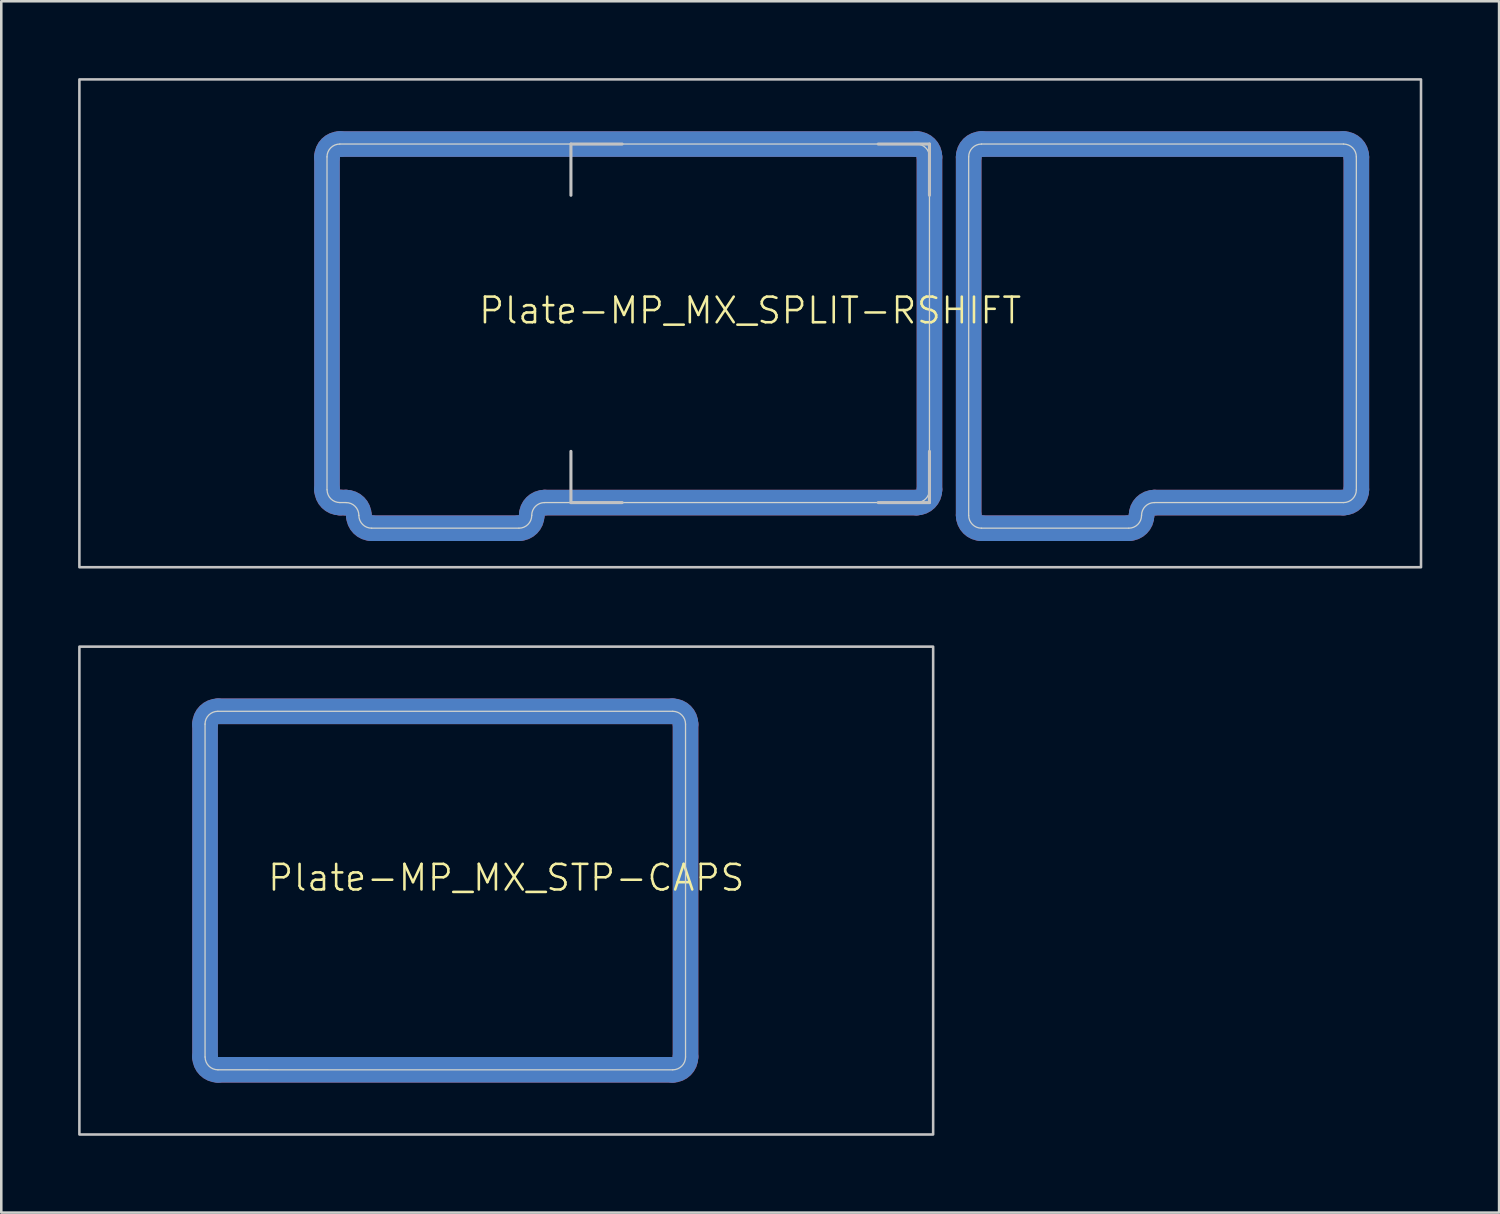
<source format=kicad_pcb>
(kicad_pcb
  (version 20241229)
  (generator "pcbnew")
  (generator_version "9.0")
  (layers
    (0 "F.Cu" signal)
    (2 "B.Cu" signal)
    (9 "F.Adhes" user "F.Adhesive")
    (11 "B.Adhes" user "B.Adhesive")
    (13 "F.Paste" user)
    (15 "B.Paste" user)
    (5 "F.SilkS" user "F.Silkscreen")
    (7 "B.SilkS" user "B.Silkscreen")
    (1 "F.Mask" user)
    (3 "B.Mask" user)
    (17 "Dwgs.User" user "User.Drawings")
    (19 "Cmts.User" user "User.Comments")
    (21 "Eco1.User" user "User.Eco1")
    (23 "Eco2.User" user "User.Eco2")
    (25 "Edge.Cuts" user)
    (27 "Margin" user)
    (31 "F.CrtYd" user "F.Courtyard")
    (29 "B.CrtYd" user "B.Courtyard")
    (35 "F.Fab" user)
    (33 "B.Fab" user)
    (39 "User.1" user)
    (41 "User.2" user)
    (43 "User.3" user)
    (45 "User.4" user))
  (footprint "Plate-MP_MX_SPLIT-RSHIFT"
    (layer "F.Cu")
    (at 26.244 9.575)
    (property "Reference" "Plate-MP_MX_SPLIT-RSHIFT" (at 0 -0.5 0) (unlocked yes) (layer "F.SilkS") (effects (font (size 1 1) (thickness 0.1))))
    (attr exclude_from_pos_files exclude_from_bom allow_missing_courtyard)
    (fp_line (start -16.525 -6.5) (end -16.525 6.5) (stroke (width 1) (type solid)) (layer "F.Cu"))
    (fp_line (start -15.781 7) (end -16.022 6.999) (stroke (width 1) (type default)) (layer "F.Cu"))
    (fp_line (start -14.781 8) (end -9.031 8) (stroke (width 1) (type solid)) (layer "F.Cu"))
    (fp_line (start -8.031 7) (end 6.5 7) (stroke (width 1) (type default)) (layer "F.Cu"))
    (fp_line (start 6.5 -7) (end -16.025 -7) (stroke (width 1) (type solid)) (layer "F.Cu"))
    (fp_line (start 7 6.5) (end 7 -6.5) (stroke (width 1) (type solid)) (layer "F.Cu"))
    (fp_line (start 8.531 -6.5) (end 8.531 7.5) (stroke (width 1) (type solid)) (layer "F.Cu"))
    (fp_line (start 9.031 8) (end 14.781 8) (stroke (width 1) (type solid)) (layer "F.Cu"))
    (fp_line (start 15.781 7) (end 23.169 7) (stroke (width 1) (type default)) (layer "F.Cu"))
    (fp_line (start 23.169 -7) (end 9.031 -7) (stroke (width 1) (type solid)) (layer "F.Cu"))
    (fp_line (start 23.669 6.5) (end 23.669 -6.5) (stroke (width 1) (type solid)) (layer "F.Cu"))
    (fp_arc (start -16.525 -6.5) (mid -16.378553 -6.853553) (end -16.025 -7) (stroke (width 1) (type solid)) (layer "F.Cu"))
    (fp_arc (start -16.022236 6.998884) (mid -16.375789 6.852437) (end -16.522236 6.498884) (stroke (width 1) (type solid)) (layer "F.Cu"))
    (fp_arc (start -15.78125 7.000001) (mid -15.427687 7.146438) (end -15.28125 7.500001) (stroke (width 1) (type solid)) (layer "F.Cu"))
    (fp_arc (start -14.78125 8.000001) (mid -15.134803 7.853554) (end -15.28125 7.500001) (stroke (width 1) (type solid)) (layer "F.Cu"))
    (fp_arc (start -8.53125 7.500001) (mid -8.677697 7.853554) (end -9.03125 8.000001) (stroke (width 1) (type solid)) (layer "F.Cu"))
    (fp_arc (start -8.53125 7.500001) (mid -8.384813 7.146438) (end -8.03125 7.000001) (stroke (width 1) (type solid)) (layer "F.Cu"))
    (fp_arc (start 6.5 -7) (mid 6.853554 -6.853554) (end 7 -6.5) (stroke (width 1) (type solid)) (layer "F.Cu"))
    (fp_arc (start 7 6.5) (mid 6.853554 6.853554) (end 6.5 7) (stroke (width 1) (type solid)) (layer "F.Cu"))
    (fp_arc (start 8.53125 -6.5) (mid 8.677693 -6.853572) (end 9.03125 -7) (stroke (width 1) (type solid)) (layer "F.Cu"))
    (fp_arc (start 9.03125 8.000001) (mid 8.677697 7.853554) (end 8.53125 7.500001) (stroke (width 1) (type solid)) (layer "F.Cu"))
    (fp_arc (start 15.28125 7.500001) (mid 15.134803 7.853554) (end 14.78125 8.000001) (stroke (width 1) (type solid)) (layer "F.Cu"))
    (fp_arc (start 15.28125 7.500001) (mid 15.427687 7.146438) (end 15.78125 7.000001) (stroke (width 1) (type solid)) (layer "F.Cu"))
    (fp_arc (start 23.16875 -7) (mid 23.522303 -6.853553) (end 23.66875 -6.5) (stroke (width 1) (type solid)) (layer "F.Cu"))
    (fp_arc (start 23.66875 6.5) (mid 23.522303 6.853553) (end 23.16875 7) (stroke (width 1) (type solid)) (layer "F.Cu"))
    (fp_line (start -16.525 -6.5) (end -16.525 6.5) (stroke (width 1.1) (type solid)) (layer "F.Mask"))
    (fp_line (start -15.781 7) (end -16.022 6.999) (stroke (width 1.1) (type default)) (layer "F.Mask"))
    (fp_line (start -14.781 8) (end -9.031 8) (stroke (width 1.1) (type solid)) (layer "F.Mask"))
    (fp_line (start -8.031 7) (end 6.5 7) (stroke (width 1.1) (type default)) (layer "F.Mask"))
    (fp_line (start 6.5 -7) (end -16.025 -7) (stroke (width 1.1) (type solid)) (layer "F.Mask"))
    (fp_line (start 7 6.5) (end 7 -6.5) (stroke (width 1.1) (type solid)) (layer "F.Mask"))
    (fp_line (start 8.531 -6.5) (end 8.531 7.5) (stroke (width 1.1) (type solid)) (layer "F.Mask"))
    (fp_line (start 9.031 8) (end 14.781 8) (stroke (width 1.1) (type solid)) (layer "F.Mask"))
    (fp_line (start 15.781 7) (end 23.169 7) (stroke (width 1.1) (type default)) (layer "F.Mask"))
    (fp_line (start 23.169 -7) (end 9.031 -7) (stroke (width 1.1) (type solid)) (layer "F.Mask"))
    (fp_line (start 23.669 6.5) (end 23.669 -6.5) (stroke (width 1.1) (type solid)) (layer "F.Mask"))
    (fp_arc (start -16.525 -6.5) (mid -16.378553 -6.853553) (end -16.025 -7) (stroke (width 1.1) (type solid)) (layer "F.Mask"))
    (fp_arc (start -16.022236 6.998884) (mid -16.375789 6.852437) (end -16.522236 6.498884) (stroke (width 1.1) (type solid)) (layer "F.Mask"))
    (fp_arc (start -15.78125 7.000001) (mid -15.427687 7.146438) (end -15.28125 7.500001) (stroke (width 1.1) (type solid)) (layer "F.Mask"))
    (fp_arc (start -14.78125 8.000001) (mid -15.134803 7.853554) (end -15.28125 7.500001) (stroke (width 1.1) (type solid)) (layer "F.Mask"))
    (fp_arc (start -8.53125 7.500001) (mid -8.677697 7.853554) (end -9.03125 8.000001) (stroke (width 1.1) (type solid)) (layer "F.Mask"))
    (fp_arc (start -8.53125 7.500001) (mid -8.384813 7.146438) (end -8.03125 7.000001) (stroke (width 1.1) (type solid)) (layer "F.Mask"))
    (fp_arc (start 6.5 -7) (mid 6.853554 -6.853554) (end 7 -6.5) (stroke (width 1.1) (type solid)) (layer "F.Mask"))
    (fp_arc (start 7 6.5) (mid 6.853554 6.853554) (end 6.5 7) (stroke (width 1.1) (type solid)) (layer "F.Mask"))
    (fp_arc (start 8.53125 -6.5) (mid 8.677693 -6.853572) (end 9.03125 -7) (stroke (width 1.1) (type solid)) (layer "F.Mask"))
    (fp_arc (start 9.03125 8.000001) (mid 8.677697 7.853554) (end 8.53125 7.500001) (stroke (width 1.1) (type solid)) (layer "F.Mask"))
    (fp_arc (start 15.28125 7.500001) (mid 15.134803 7.853554) (end 14.78125 8.000001) (stroke (width 1.1) (type solid)) (layer "F.Mask"))
    (fp_arc (start 15.28125 7.500001) (mid 15.427687 7.146438) (end 15.78125 7.000001) (stroke (width 1.1) (type solid)) (layer "F.Mask"))
    (fp_arc (start 23.16875 -7) (mid 23.522303 -6.853553) (end 23.66875 -6.5) (stroke (width 1.1) (type solid)) (layer "F.Mask"))
    (fp_arc (start 23.66875 6.5) (mid 23.522303 6.853553) (end 23.16875 7) (stroke (width 1.1) (type solid)) (layer "F.Mask"))
    (fp_line (start -16.525 -6.5) (end -16.525 6.5) (stroke (width 1) (type solid)) (layer "B.Cu"))
    (fp_line (start -15.781 7) (end -16.022 6.999) (stroke (width 1) (type default)) (layer "B.Cu"))
    (fp_line (start -14.781 8) (end -9.031 8) (stroke (width 1) (type solid)) (layer "B.Cu"))
    (fp_line (start -8.031 7) (end 6.5 7) (stroke (width 1) (type default)) (layer "B.Cu"))
    (fp_line (start 6.5 -7) (end -16.025 -7) (stroke (width 1) (type solid)) (layer "B.Cu"))
    (fp_line (start 7 6.5) (end 7 -6.5) (stroke (width 1) (type solid)) (layer "B.Cu"))
    (fp_line (start 8.531 -6.5) (end 8.531 7.5) (stroke (width 1) (type solid)) (layer "B.Cu"))
    (fp_line (start 9.031 8) (end 14.781 8) (stroke (width 1) (type solid)) (layer "B.Cu"))
    (fp_line (start 15.781 7) (end 23.169 7) (stroke (width 1) (type default)) (layer "B.Cu"))
    (fp_line (start 23.169 -7) (end 9.031 -7) (stroke (width 1) (type solid)) (layer "B.Cu"))
    (fp_line (start 23.669 6.5) (end 23.669 -6.5) (stroke (width 1) (type solid)) (layer "B.Cu"))
    (fp_arc (start -16.525 -6.5) (mid -16.378553 -6.853553) (end -16.025 -7) (stroke (width 1) (type solid)) (layer "B.Cu"))
    (fp_arc (start -16.022236 6.998884) (mid -16.375789 6.852437) (end -16.522236 6.498884) (stroke (width 1) (type solid)) (layer "B.Cu"))
    (fp_arc (start -15.78125 7.000001) (mid -15.427687 7.146438) (end -15.28125 7.500001) (stroke (width 1) (type solid)) (layer "B.Cu"))
    (fp_arc (start -14.78125 8.000001) (mid -15.134803 7.853554) (end -15.28125 7.500001) (stroke (width 1) (type solid)) (layer "B.Cu"))
    (fp_arc (start -8.53125 7.500001) (mid -8.677697 7.853554) (end -9.03125 8.000001) (stroke (width 1) (type solid)) (layer "B.Cu"))
    (fp_arc (start -8.53125 7.500001) (mid -8.384813 7.146438) (end -8.03125 7.000001) (stroke (width 1) (type solid)) (layer "B.Cu"))
    (fp_arc (start 6.5 -7) (mid 6.853554 -6.853554) (end 7 -6.5) (stroke (width 1) (type solid)) (layer "B.Cu"))
    (fp_arc (start 7 6.5) (mid 6.853554 6.853554) (end 6.5 7) (stroke (width 1) (type solid)) (layer "B.Cu"))
    (fp_arc (start 8.53125 -6.5) (mid 8.677693 -6.853572) (end 9.03125 -7) (stroke (width 1) (type solid)) (layer "B.Cu"))
    (fp_arc (start 9.03125 8.000001) (mid 8.677697 7.853554) (end 8.53125 7.500001) (stroke (width 1) (type solid)) (layer "B.Cu"))
    (fp_arc (start 15.28125 7.500001) (mid 15.134803 7.853554) (end 14.78125 8.000001) (stroke (width 1) (type solid)) (layer "B.Cu"))
    (fp_arc (start 15.28125 7.500001) (mid 15.427687 7.146438) (end 15.78125 7.000001) (stroke (width 1) (type solid)) (layer "B.Cu"))
    (fp_arc (start 23.16875 -7) (mid 23.522303 -6.853553) (end 23.66875 -6.5) (stroke (width 1) (type solid)) (layer "B.Cu"))
    (fp_arc (start 23.66875 6.5) (mid 23.522303 6.853553) (end 23.16875 7) (stroke (width 1) (type solid)) (layer "B.Cu"))
    (fp_line (start -16.525 -6.5) (end -16.525 6.5) (stroke (width 1.1) (type solid)) (layer "B.Mask"))
    (fp_line (start -15.781 7) (end -16.022 6.999) (stroke (width 1.1) (type default)) (layer "B.Mask"))
    (fp_line (start -14.781 8) (end -9.031 8) (stroke (width 1.1) (type solid)) (layer "B.Mask"))
    (fp_line (start -8.031 7) (end 6.5 7) (stroke (width 1.1) (type default)) (layer "B.Mask"))
    (fp_line (start 6.5 -7) (end -16.025 -7) (stroke (width 1.1) (type solid)) (layer "B.Mask"))
    (fp_line (start 7 6.5) (end 7 -6.5) (stroke (width 1.1) (type solid)) (layer "B.Mask"))
    (fp_line (start 8.531 -6.5) (end 8.531 7.5) (stroke (width 1.1) (type solid)) (layer "B.Mask"))
    (fp_line (start 9.031 8) (end 14.781 8) (stroke (width 1.1) (type solid)) (layer "B.Mask"))
    (fp_line (start 15.781 7) (end 23.169 7) (stroke (width 1.1) (type default)) (layer "B.Mask"))
    (fp_line (start 23.169 -7) (end 9.031 -7) (stroke (width 1.1) (type solid)) (layer "B.Mask"))
    (fp_line (start 23.669 6.5) (end 23.669 -6.5) (stroke (width 1.1) (type solid)) (layer "B.Mask"))
    (fp_arc (start -16.525 -6.5) (mid -16.378553 -6.853553) (end -16.025 -7) (stroke (width 1.1) (type solid)) (layer "B.Mask"))
    (fp_arc (start -16.022236 6.998884) (mid -16.375789 6.852437) (end -16.522236 6.498884) (stroke (width 1.1) (type solid)) (layer "B.Mask"))
    (fp_arc (start -15.78125 7.000001) (mid -15.427687 7.146438) (end -15.28125 7.500001) (stroke (width 1.1) (type solid)) (layer "B.Mask"))
    (fp_arc (start -14.78125 8.000001) (mid -15.134803 7.853554) (end -15.28125 7.500001) (stroke (width 1.1) (type solid)) (layer "B.Mask"))
    (fp_arc (start -8.53125 7.500001) (mid -8.677697 7.853554) (end -9.03125 8.000001) (stroke (width 1.1) (type solid)) (layer "B.Mask"))
    (fp_arc (start -8.53125 7.500001) (mid -8.384813 7.146438) (end -8.03125 7.000001) (stroke (width 1.1) (type solid)) (layer "B.Mask"))
    (fp_arc (start 6.5 -7) (mid 6.853554 -6.853554) (end 7 -6.5) (stroke (width 1.1) (type solid)) (layer "B.Mask"))
    (fp_arc (start 7 6.5) (mid 6.853554 6.853554) (end 6.5 7) (stroke (width 1.1) (type solid)) (layer "B.Mask"))
    (fp_arc (start 8.53125 -6.5) (mid 8.677693 -6.853572) (end 9.03125 -7) (stroke (width 1.1) (type solid)) (layer "B.Mask"))
    (fp_arc (start 9.03125 8.000001) (mid 8.677697 7.853554) (end 8.53125 7.500001) (stroke (width 1.1) (type solid)) (layer "B.Mask"))
    (fp_arc (start 15.28125 7.500001) (mid 15.134803 7.853554) (end 14.78125 8.000001) (stroke (width 1.1) (type solid)) (layer "B.Mask"))
    (fp_arc (start 15.28125 7.500001) (mid 15.427687 7.146438) (end 15.78125 7.000001) (stroke (width 1.1) (type solid)) (layer "B.Mask"))
    (fp_arc (start 23.16875 -7) (mid 23.522303 -6.853553) (end 23.66875 -6.5) (stroke (width 1.1) (type solid)) (layer "B.Mask"))
    (fp_arc (start 23.66875 6.5) (mid 23.522303 6.853553) (end 23.16875 7) (stroke (width 1.1) (type solid)) (layer "B.Mask"))
    (fp_line (start -7 -7) (end -5 -7) (stroke (width 0.12) (type solid)) (layer "Dwgs.User"))
    (fp_line (start -7 -5) (end -7 -7) (stroke (width 0.12) (type solid)) (layer "Dwgs.User"))
    (fp_line (start -7 7) (end -7 5) (stroke (width 0.12) (type solid)) (layer "Dwgs.User"))
    (fp_line (start -5 7) (end -7 7) (stroke (width 0.12) (type solid)) (layer "Dwgs.User"))
    (fp_line (start 5 -7) (end 7 -7) (stroke (width 0.12) (type solid)) (layer "Dwgs.User"))
    (fp_line (start 5 7) (end 7 7) (stroke (width 0.12) (type solid)) (layer "Dwgs.User"))
    (fp_line (start 7 -7) (end 7 -5) (stroke (width 0.12) (type solid)) (layer "Dwgs.User"))
    (fp_line (start 7 7) (end 7 5) (stroke (width 0.12) (type solid)) (layer "Dwgs.User"))
    (fp_rect (start -26.194 -9.525) (end 26.194 9.525) (stroke (width 0.1) (type solid)) (fill no) (layer "Dwgs.User"))
    (fp_line (start -16.525 -6.5) (end -16.525 6.5) (stroke (width 0.05) (type solid)) (layer "Edge.Cuts"))
    (fp_line (start -15.781 7) (end -16.022 6.999) (stroke (width 0.05) (type default)) (layer "Edge.Cuts"))
    (fp_line (start -14.781 8) (end -9.031 8) (stroke (width 0.05) (type solid)) (layer "Edge.Cuts"))
    (fp_line (start -8.031 7) (end 6.5 7) (stroke (width 0.05) (type default)) (layer "Edge.Cuts"))
    (fp_line (start 6.5 -7) (end -16.025 -7) (stroke (width 0.05) (type solid)) (layer "Edge.Cuts"))
    (fp_line (start 7 6.5) (end 7 -6.5) (stroke (width 0.05) (type solid)) (layer "Edge.Cuts"))
    (fp_line (start 8.531 -6.5) (end 8.531 7.5) (stroke (width 0.05) (type solid)) (layer "Edge.Cuts"))
    (fp_line (start 9.031 8) (end 14.781 8) (stroke (width 0.05) (type solid)) (layer "Edge.Cuts"))
    (fp_line (start 15.781 7) (end 23.169 7) (stroke (width 0.05) (type default)) (layer "Edge.Cuts"))
    (fp_line (start 23.169 -7) (end 9.031 -7) (stroke (width 0.05) (type solid)) (layer "Edge.Cuts"))
    (fp_line (start 23.669 6.5) (end 23.669 -6.5) (stroke (width 0.05) (type solid)) (layer "Edge.Cuts"))
    (fp_arc (start -16.525 -6.5) (mid -16.378553 -6.853553) (end -16.025 -7) (stroke (width 0.05) (type solid)) (layer "Edge.Cuts"))
    (fp_arc (start -16.022236 6.998884) (mid -16.375789 6.852437) (end -16.522236 6.498884) (stroke (width 0.05) (type solid)) (layer "Edge.Cuts"))
    (fp_arc (start -15.78125 7.000001) (mid -15.427687 7.146438) (end -15.28125 7.500001) (stroke (width 0.05) (type solid)) (layer "Edge.Cuts"))
    (fp_arc (start -14.78125 8.000001) (mid -15.134803 7.853554) (end -15.28125 7.500001) (stroke (width 0.05) (type solid)) (layer "Edge.Cuts"))
    (fp_arc (start -8.53125 7.500001) (mid -8.677697 7.853554) (end -9.03125 8.000001) (stroke (width 0.05) (type solid)) (layer "Edge.Cuts"))
    (fp_arc (start -8.53125 7.500001) (mid -8.384813 7.146438) (end -8.03125 7.000001) (stroke (width 0.05) (type solid)) (layer "Edge.Cuts"))
    (fp_arc (start 6.5 -7) (mid 6.853554 -6.853554) (end 7 -6.5) (stroke (width 0.05) (type solid)) (layer "Edge.Cuts"))
    (fp_arc (start 7 6.5) (mid 6.853554 6.853554) (end 6.5 7) (stroke (width 0.05) (type solid)) (layer "Edge.Cuts"))
    (fp_arc (start 8.53125 -6.5) (mid 8.677693 -6.853572) (end 9.03125 -7) (stroke (width 0.05) (type solid)) (layer "Edge.Cuts"))
    (fp_arc (start 9.03125 8.000001) (mid 8.677697 7.853554) (end 8.53125 7.500001) (stroke (width 0.05) (type solid)) (layer "Edge.Cuts"))
    (fp_arc (start 15.28125 7.500001) (mid 15.134803 7.853554) (end 14.78125 8.000001) (stroke (width 0.05) (type solid)) (layer "Edge.Cuts"))
    (fp_arc (start 15.28125 7.500001) (mid 15.427687 7.146438) (end 15.78125 7.000001) (stroke (width 0.05) (type solid)) (layer "Edge.Cuts"))
    (fp_arc (start 23.16875 -7) (mid 23.522303 -6.853553) (end 23.66875 -6.5) (stroke (width 0.05) (type solid)) (layer "Edge.Cuts"))
    (fp_arc (start 23.66875 6.5) (mid 23.522303 6.853553) (end 23.16875 7) (stroke (width 0.05) (type solid)) (layer "Edge.Cuts")))
  (footprint "Plate-MP_MX_STP-CAPS"
    (layer "F.Cu")
    (at 16.719 31.725)
    (property "Reference" "Plate-MP_MX_STP-CAPS" (at 0 -0.5 0) (unlocked yes) (layer "F.SilkS") (effects (font (size 1 1) (thickness 0.1))))
    (attr exclude_from_pos_files exclude_from_bom allow_missing_courtyard)
    (fp_line (start -11.762 -6.5) (end -11.762 6.5) (stroke (width 1) (type solid)) (layer "F.Cu"))
    (fp_line (start -11.26 6.999) (end 6.5 7) (stroke (width 1) (type solid)) (layer "F.Cu"))
    (fp_line (start 6.5 -7) (end -11.262 -7) (stroke (width 1) (type solid)) (layer "F.Cu"))
    (fp_line (start 7 6.5) (end 7 -6.5) (stroke (width 1) (type solid)) (layer "F.Cu"))
    (fp_arc (start -11.7625 -6.5) (mid -11.616053 -6.853553) (end -11.2625 -7) (stroke (width 1) (type solid)) (layer "F.Cu"))
    (fp_arc (start -11.259736 6.998884) (mid -11.613289 6.852437) (end -11.759736 6.498884) (stroke (width 1) (type solid)) (layer "F.Cu"))
    (fp_arc (start 6.5 -7) (mid 6.853521 -6.853536) (end 7 -6.5) (stroke (width 1) (type solid)) (layer "F.Cu"))
    (fp_arc (start 7 6.5) (mid 6.853556 6.853571) (end 6.5 7) (stroke (width 1) (type solid)) (layer "F.Cu"))
    (fp_line (start -11.762 -6.5) (end -11.762 6.5) (stroke (width 1.1) (type solid)) (layer "F.Mask"))
    (fp_line (start -11.26 6.999) (end 6.5 7) (stroke (width 1.1) (type solid)) (layer "F.Mask"))
    (fp_line (start 6.5 -7) (end -11.262 -7) (stroke (width 1.1) (type solid)) (layer "F.Mask"))
    (fp_line (start 7 6.5) (end 7 -6.5) (stroke (width 1.1) (type solid)) (layer "F.Mask"))
    (fp_arc (start -11.7625 -6.5) (mid -11.616053 -6.853553) (end -11.2625 -7) (stroke (width 1.1) (type solid)) (layer "F.Mask"))
    (fp_arc (start -11.259736 6.998884) (mid -11.613289 6.852437) (end -11.759736 6.498884) (stroke (width 1.1) (type solid)) (layer "F.Mask"))
    (fp_arc (start 6.5 -7) (mid 6.853521 -6.853536) (end 7 -6.5) (stroke (width 1.1) (type solid)) (layer "F.Mask"))
    (fp_arc (start 7 6.5) (mid 6.853556 6.853571) (end 6.5 7) (stroke (width 1.1) (type solid)) (layer "F.Mask"))
    (fp_line (start -11.762 6.5) (end -11.762 -6.5) (stroke (width 1) (type solid)) (layer "B.Cu"))
    (fp_line (start -11.262 -7) (end 6.5 -7) (stroke (width 1) (type solid)) (layer "B.Cu"))
    (fp_line (start 6.497 6.999) (end -11.262 7) (stroke (width 1) (type solid)) (layer "B.Cu"))
    (fp_line (start 7 -6.5) (end 7 6.5) (stroke (width 1) (type solid)) (layer "B.Cu"))
    (fp_arc (start -11.7625 -6.5) (mid -11.616056 -6.853571) (end -11.2625 -7) (stroke (width 1) (type solid)) (layer "B.Cu"))
    (fp_arc (start -11.2625 7) (mid -11.616021 6.853536) (end -11.7625 6.5) (stroke (width 1) (type solid)) (layer "B.Cu"))
    (fp_arc (start 6.5 -7) (mid 6.853553 -6.853553) (end 7 -6.5) (stroke (width 1) (type solid)) (layer "B.Cu"))
    (fp_arc (start 6.997236 6.498884) (mid 6.850789 6.852437) (end 6.497236 6.998884) (stroke (width 1) (type solid)) (layer "B.Cu"))
    (fp_line (start -11.762 6.5) (end -11.762 -6.5) (stroke (width 1.1) (type solid)) (layer "B.Mask"))
    (fp_line (start -11.262 -7) (end 6.5 -7) (stroke (width 1.1) (type solid)) (layer "B.Mask"))
    (fp_line (start 6.497 6.999) (end -11.262 7) (stroke (width 1.1) (type solid)) (layer "B.Mask"))
    (fp_line (start 7 -6.5) (end 7 6.5) (stroke (width 1.1) (type solid)) (layer "B.Mask"))
    (fp_arc (start -11.7625 -6.5) (mid -11.616056 -6.853571) (end -11.2625 -7) (stroke (width 1.1) (type solid)) (layer "B.Mask"))
    (fp_arc (start -11.2625 7) (mid -11.616021 6.853536) (end -11.7625 6.5) (stroke (width 1.1) (type solid)) (layer "B.Mask"))
    (fp_arc (start 6.5 -7) (mid 6.853553 -6.853553) (end 7 -6.5) (stroke (width 1.1) (type solid)) (layer "B.Mask"))
    (fp_arc (start 6.997236 6.498884) (mid 6.850789 6.852437) (end 6.497236 6.998884) (stroke (width 1.1) (type solid)) (layer "B.Mask"))
    (fp_rect (start -16.669 -9.525) (end 16.669 9.525) (stroke (width 0.1) (type solid)) (fill no) (layer "Dwgs.User"))
    (fp_line (start -11.762 -6.5) (end -11.762 6.5) (stroke (width 0.05) (type solid)) (layer "Edge.Cuts"))
    (fp_line (start -11.26 6.999) (end 6.5 7) (stroke (width 0.05) (type solid)) (layer "Edge.Cuts"))
    (fp_line (start 6.5 -7) (end -11.262 -7) (stroke (width 0.05) (type solid)) (layer "Edge.Cuts"))
    (fp_line (start 7 6.5) (end 7 -6.5) (stroke (width 0.05) (type solid)) (layer "Edge.Cuts"))
    (fp_arc (start -11.7625 -6.5) (mid -11.616053 -6.853553) (end -11.2625 -7) (stroke (width 0.05) (type solid)) (layer "Edge.Cuts"))
    (fp_arc (start -11.259736 6.998884) (mid -11.613289 6.852437) (end -11.759736 6.498884) (stroke (width 0.05) (type solid)) (layer "Edge.Cuts"))
    (fp_arc (start 6.5 -7) (mid 6.853554 -6.853554) (end 7 -6.5) (stroke (width 0.05) (type solid)) (layer "Edge.Cuts"))
    (fp_arc (start 7 6.5) (mid 6.853554 6.853554) (end 6.5 7) (stroke (width 0.05) (type solid)) (layer "Edge.Cuts")))
  (gr_rect
    (start -3 -3)
    (end 55.487 44.3)
    (stroke (width 0.1) (type default))
    (fill no)
    (layer "Edge.Cuts")))
</source>
